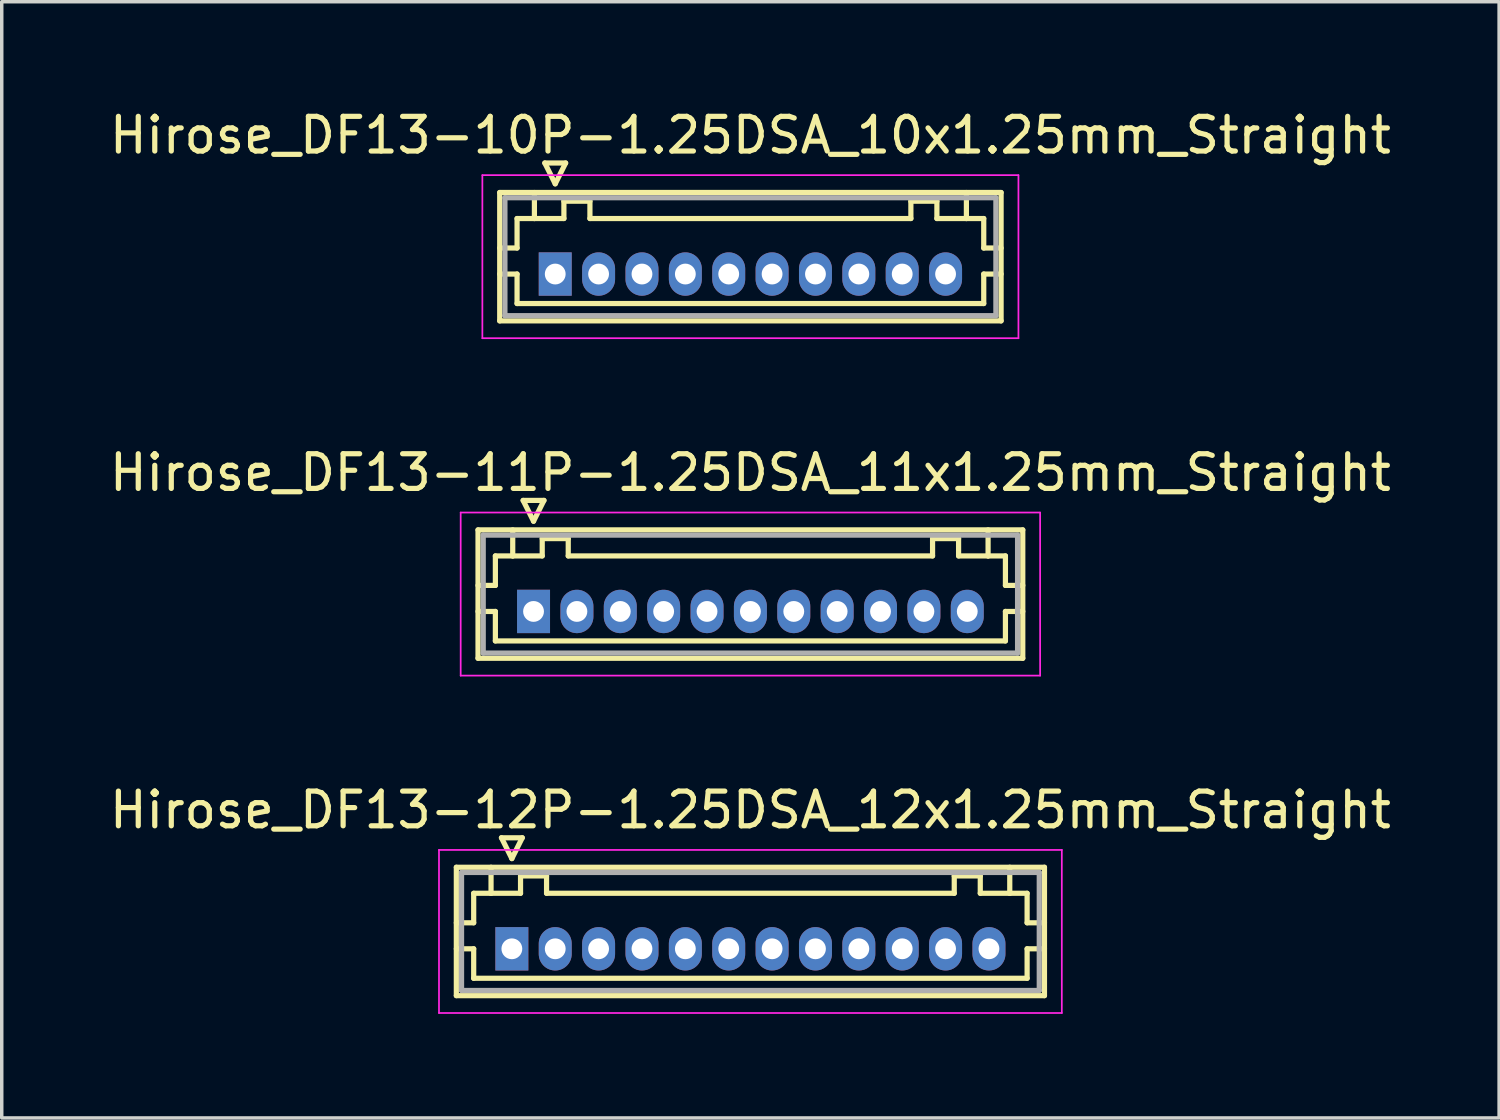
<source format=kicad_pcb>
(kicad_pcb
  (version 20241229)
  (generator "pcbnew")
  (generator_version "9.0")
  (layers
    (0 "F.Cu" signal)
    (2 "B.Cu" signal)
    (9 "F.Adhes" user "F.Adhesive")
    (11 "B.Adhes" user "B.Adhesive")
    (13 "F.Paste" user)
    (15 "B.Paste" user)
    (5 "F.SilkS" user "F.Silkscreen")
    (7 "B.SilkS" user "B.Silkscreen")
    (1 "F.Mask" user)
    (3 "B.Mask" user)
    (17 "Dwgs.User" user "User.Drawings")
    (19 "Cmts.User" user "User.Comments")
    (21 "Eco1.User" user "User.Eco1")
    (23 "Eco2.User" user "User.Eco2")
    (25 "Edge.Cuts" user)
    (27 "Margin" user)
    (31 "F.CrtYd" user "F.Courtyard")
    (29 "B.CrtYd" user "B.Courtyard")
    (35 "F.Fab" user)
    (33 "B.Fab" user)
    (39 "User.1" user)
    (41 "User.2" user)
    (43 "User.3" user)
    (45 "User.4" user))
  (footprint "Hirose_DF13-10P-1.25DSA_10x1.25mm_Straight"
    (layer "F.Cu")
    (at 12.952 4.848)
    (property "Reference" "Hirose_DF13-10P-1.25DSA_10x1.25mm_Straight" (at 5.625 -4 0) (layer "F.SilkS") (effects (font (size 1 1) (thickness 0.15))))
    (attr through_hole)
    (fp_line (start -1.6 -2.35) (end -1.6 1.35) (stroke (width 0.15) (type solid)) (layer "F.SilkS"))
    (fp_line (start -1.6 -0.75) (end -1.1 -0.75) (stroke (width 0.15) (type solid)) (layer "F.SilkS"))
    (fp_line (start -1.6 0) (end -1.1 0) (stroke (width 0.15) (type solid)) (layer "F.SilkS"))
    (fp_line (start -1.6 1.35) (end 12.85 1.35) (stroke (width 0.15) (type solid)) (layer "F.SilkS"))
    (fp_line (start -1.1 -1.6) (end -0.6 -1.6) (stroke (width 0.15) (type solid)) (layer "F.SilkS"))
    (fp_line (start -1.1 -0.75) (end -1.1 -1.6) (stroke (width 0.15) (type solid)) (layer "F.SilkS"))
    (fp_line (start -1.1 0) (end -1.1 0.85) (stroke (width 0.15) (type solid)) (layer "F.SilkS"))
    (fp_line (start -1.1 0.85) (end 12.35 0.85) (stroke (width 0.15) (type solid)) (layer "F.SilkS"))
    (fp_line (start -0.6 -1.6) (end -0.6 -2.35) (stroke (width 0.15) (type solid)) (layer "F.SilkS"))
    (fp_line (start -0.6 -1.6) (end 0.25 -1.6) (stroke (width 0.15) (type solid)) (layer "F.SilkS"))
    (fp_line (start -0.3 -3.2) (end 0.3 -3.2) (stroke (width 0.15) (type solid)) (layer "F.SilkS"))
    (fp_line (start 0 -2.6) (end -0.3 -3.2) (stroke (width 0.15) (type solid)) (layer "F.SilkS"))
    (fp_line (start 0.25 -2.1) (end 1 -2.1) (stroke (width 0.15) (type solid)) (layer "F.SilkS"))
    (fp_line (start 0.25 -1.6) (end 0.25 -2.1) (stroke (width 0.15) (type solid)) (layer "F.SilkS"))
    (fp_line (start 0.3 -3.2) (end 0 -2.6) (stroke (width 0.15) (type solid)) (layer "F.SilkS"))
    (fp_line (start 1 -2.1) (end 1 -1.6) (stroke (width 0.15) (type solid)) (layer "F.SilkS"))
    (fp_line (start 1 -1.6) (end 10.25 -1.6) (stroke (width 0.15) (type solid)) (layer "F.SilkS"))
    (fp_line (start 10.25 -2.1) (end 11 -2.1) (stroke (width 0.15) (type solid)) (layer "F.SilkS"))
    (fp_line (start 10.25 -1.6) (end 10.25 -2.1) (stroke (width 0.15) (type solid)) (layer "F.SilkS"))
    (fp_line (start 11 -2.1) (end 11 -1.6) (stroke (width 0.15) (type solid)) (layer "F.SilkS"))
    (fp_line (start 11 -1.6) (end 11.85 -1.6) (stroke (width 0.15) (type solid)) (layer "F.SilkS"))
    (fp_line (start 11.85 -1.6) (end 11.85 -2.35) (stroke (width 0.15) (type solid)) (layer "F.SilkS"))
    (fp_line (start 12.35 -1.6) (end 11.85 -1.6) (stroke (width 0.15) (type solid)) (layer "F.SilkS"))
    (fp_line (start 12.35 -0.75) (end 12.35 -1.6) (stroke (width 0.15) (type solid)) (layer "F.SilkS"))
    (fp_line (start 12.35 0) (end 12.85 0) (stroke (width 0.15) (type solid)) (layer "F.SilkS"))
    (fp_line (start 12.35 0.85) (end 12.35 0) (stroke (width 0.15) (type solid)) (layer "F.SilkS"))
    (fp_line (start 12.85 -2.35) (end -1.6 -2.35) (stroke (width 0.15) (type solid)) (layer "F.SilkS"))
    (fp_line (start 12.85 -0.75) (end 12.35 -0.75) (stroke (width 0.15) (type solid)) (layer "F.SilkS"))
    (fp_line (start 12.85 1.35) (end 12.85 -2.35) (stroke (width 0.15) (type solid)) (layer "F.SilkS"))
    (fp_line (start -2.1 -2.85) (end -2.1 1.85) (stroke (width 0.05) (type solid)) (layer "F.CrtYd"))
    (fp_line (start -2.1 1.85) (end 13.35 1.85) (stroke (width 0.05) (type solid)) (layer "F.CrtYd"))
    (fp_line (start 13.35 -2.85) (end -2.1 -2.85) (stroke (width 0.05) (type solid)) (layer "F.CrtYd"))
    (fp_line (start 13.35 1.85) (end 13.35 -2.85) (stroke (width 0.05) (type solid)) (layer "F.CrtYd"))
    (fp_line (start -1.45 -2.2) (end -1.45 1.2) (stroke (width 0.15) (type solid)) (layer "F.Fab"))
    (fp_line (start -1.45 1.2) (end 12.7 1.2) (stroke (width 0.15) (type solid)) (layer "F.Fab"))
    (fp_line (start 12.7 -2.2) (end -1.45 -2.2) (stroke (width 0.15) (type solid)) (layer "F.Fab"))
    (fp_line (start 12.7 1.2) (end 12.7 -2.2) (stroke (width 0.15) (type solid)) (layer "F.Fab"))
    (pad "1" thru_hole rect (at 0 0) (size 0.95 1.25) (drill 0.6) (layers "*.Cu" "*.Mask"))
    (pad "2" thru_hole oval (at 1.25 0) (size 0.95 1.25) (drill 0.6) (layers "*.Cu" "*.Mask"))
    (pad "3" thru_hole oval (at 2.5 0) (size 0.95 1.25) (drill 0.6) (layers "*.Cu" "*.Mask"))
    (pad "4" thru_hole oval (at 3.75 0) (size 0.95 1.25) (drill 0.6) (layers "*.Cu" "*.Mask"))
    (pad "5" thru_hole oval (at 5 0) (size 0.95 1.25) (drill 0.6) (layers "*.Cu" "*.Mask"))
    (pad "6" thru_hole oval (at 6.25 0) (size 0.95 1.25) (drill 0.6) (layers "*.Cu" "*.Mask"))
    (pad "7" thru_hole oval (at 7.5 0) (size 0.95 1.25) (drill 0.6) (layers "*.Cu" "*.Mask"))
    (pad "8" thru_hole oval (at 8.75 0) (size 0.95 1.25) (drill 0.6) (layers "*.Cu" "*.Mask"))
    (pad "9" thru_hole oval (at 10 0) (size 0.95 1.25) (drill 0.6) (layers "*.Cu" "*.Mask"))
    (pad "10" thru_hole oval (at 11.25 0) (size 0.95 1.25) (drill 0.6) (layers "*.Cu" "*.Mask")))
  (footprint "Hirose_DF13-11P-1.25DSA_11x1.25mm_Straight"
    (layer "F.Cu")
    (at 12.327 14.572)
    (property "Reference" "Hirose_DF13-11P-1.25DSA_11x1.25mm_Straight" (at 6.25 -4 0) (layer "F.SilkS") (effects (font (size 1 1) (thickness 0.15))))
    (attr through_hole)
    (fp_line (start -1.6 -2.35) (end -1.6 1.35) (stroke (width 0.15) (type solid)) (layer "F.SilkS"))
    (fp_line (start -1.6 -0.75) (end -1.1 -0.75) (stroke (width 0.15) (type solid)) (layer "F.SilkS"))
    (fp_line (start -1.6 0) (end -1.1 0) (stroke (width 0.15) (type solid)) (layer "F.SilkS"))
    (fp_line (start -1.6 1.35) (end 14.1 1.35) (stroke (width 0.15) (type solid)) (layer "F.SilkS"))
    (fp_line (start -1.1 -1.6) (end -0.6 -1.6) (stroke (width 0.15) (type solid)) (layer "F.SilkS"))
    (fp_line (start -1.1 -0.75) (end -1.1 -1.6) (stroke (width 0.15) (type solid)) (layer "F.SilkS"))
    (fp_line (start -1.1 0) (end -1.1 0.85) (stroke (width 0.15) (type solid)) (layer "F.SilkS"))
    (fp_line (start -1.1 0.85) (end 13.6 0.85) (stroke (width 0.15) (type solid)) (layer "F.SilkS"))
    (fp_line (start -0.6 -1.6) (end -0.6 -2.35) (stroke (width 0.15) (type solid)) (layer "F.SilkS"))
    (fp_line (start -0.6 -1.6) (end 0.25 -1.6) (stroke (width 0.15) (type solid)) (layer "F.SilkS"))
    (fp_line (start -0.3 -3.2) (end 0.3 -3.2) (stroke (width 0.15) (type solid)) (layer "F.SilkS"))
    (fp_line (start 0 -2.6) (end -0.3 -3.2) (stroke (width 0.15) (type solid)) (layer "F.SilkS"))
    (fp_line (start 0.25 -2.1) (end 1 -2.1) (stroke (width 0.15) (type solid)) (layer "F.SilkS"))
    (fp_line (start 0.25 -1.6) (end 0.25 -2.1) (stroke (width 0.15) (type solid)) (layer "F.SilkS"))
    (fp_line (start 0.3 -3.2) (end 0 -2.6) (stroke (width 0.15) (type solid)) (layer "F.SilkS"))
    (fp_line (start 1 -2.1) (end 1 -1.6) (stroke (width 0.15) (type solid)) (layer "F.SilkS"))
    (fp_line (start 1 -1.6) (end 11.5 -1.6) (stroke (width 0.15) (type solid)) (layer "F.SilkS"))
    (fp_line (start 11.5 -2.1) (end 12.25 -2.1) (stroke (width 0.15) (type solid)) (layer "F.SilkS"))
    (fp_line (start 11.5 -1.6) (end 11.5 -2.1) (stroke (width 0.15) (type solid)) (layer "F.SilkS"))
    (fp_line (start 12.25 -2.1) (end 12.25 -1.6) (stroke (width 0.15) (type solid)) (layer "F.SilkS"))
    (fp_line (start 12.25 -1.6) (end 13.1 -1.6) (stroke (width 0.15) (type solid)) (layer "F.SilkS"))
    (fp_line (start 13.1 -1.6) (end 13.1 -2.35) (stroke (width 0.15) (type solid)) (layer "F.SilkS"))
    (fp_line (start 13.6 -1.6) (end 13.1 -1.6) (stroke (width 0.15) (type solid)) (layer "F.SilkS"))
    (fp_line (start 13.6 -0.75) (end 13.6 -1.6) (stroke (width 0.15) (type solid)) (layer "F.SilkS"))
    (fp_line (start 13.6 0) (end 14.1 0) (stroke (width 0.15) (type solid)) (layer "F.SilkS"))
    (fp_line (start 13.6 0.85) (end 13.6 0) (stroke (width 0.15) (type solid)) (layer "F.SilkS"))
    (fp_line (start 14.1 -2.35) (end -1.6 -2.35) (stroke (width 0.15) (type solid)) (layer "F.SilkS"))
    (fp_line (start 14.1 -0.75) (end 13.6 -0.75) (stroke (width 0.15) (type solid)) (layer "F.SilkS"))
    (fp_line (start 14.1 1.35) (end 14.1 -2.35) (stroke (width 0.15) (type solid)) (layer "F.SilkS"))
    (fp_line (start -2.1 -2.85) (end -2.1 1.85) (stroke (width 0.05) (type solid)) (layer "F.CrtYd"))
    (fp_line (start -2.1 1.85) (end 14.6 1.85) (stroke (width 0.05) (type solid)) (layer "F.CrtYd"))
    (fp_line (start 14.6 -2.85) (end -2.1 -2.85) (stroke (width 0.05) (type solid)) (layer "F.CrtYd"))
    (fp_line (start 14.6 1.85) (end 14.6 -2.85) (stroke (width 0.05) (type solid)) (layer "F.CrtYd"))
    (fp_line (start -1.45 -2.2) (end -1.45 1.2) (stroke (width 0.15) (type solid)) (layer "F.Fab"))
    (fp_line (start -1.45 1.2) (end 13.95 1.2) (stroke (width 0.15) (type solid)) (layer "F.Fab"))
    (fp_line (start 13.95 -2.2) (end -1.45 -2.2) (stroke (width 0.15) (type solid)) (layer "F.Fab"))
    (fp_line (start 13.95 1.2) (end 13.95 -2.2) (stroke (width 0.15) (type solid)) (layer "F.Fab"))
    (pad "1" thru_hole rect (at 0 0) (size 0.95 1.25) (drill 0.6) (layers "*.Cu" "*.Mask"))
    (pad "2" thru_hole oval (at 1.25 0) (size 0.95 1.25) (drill 0.6) (layers "*.Cu" "*.Mask"))
    (pad "3" thru_hole oval (at 2.5 0) (size 0.95 1.25) (drill 0.6) (layers "*.Cu" "*.Mask"))
    (pad "4" thru_hole oval (at 3.75 0) (size 0.95 1.25) (drill 0.6) (layers "*.Cu" "*.Mask"))
    (pad "5" thru_hole oval (at 5 0) (size 0.95 1.25) (drill 0.6) (layers "*.Cu" "*.Mask"))
    (pad "6" thru_hole oval (at 6.25 0) (size 0.95 1.25) (drill 0.6) (layers "*.Cu" "*.Mask"))
    (pad "7" thru_hole oval (at 7.5 0) (size 0.95 1.25) (drill 0.6) (layers "*.Cu" "*.Mask"))
    (pad "8" thru_hole oval (at 8.75 0) (size 0.95 1.25) (drill 0.6) (layers "*.Cu" "*.Mask"))
    (pad "9" thru_hole oval (at 10 0) (size 0.95 1.25) (drill 0.6) (layers "*.Cu" "*.Mask"))
    (pad "10" thru_hole oval (at 11.25 0) (size 0.95 1.25) (drill 0.6) (layers "*.Cu" "*.Mask"))
    (pad "11" thru_hole oval (at 12.5 0) (size 0.95 1.25) (drill 0.6) (layers "*.Cu" "*.Mask")))
  (footprint "Hirose_DF13-12P-1.25DSA_12x1.25mm_Straight"
    (layer "F.Cu")
    (at 11.702 24.295)
    (property "Reference" "Hirose_DF13-12P-1.25DSA_12x1.25mm_Straight" (at 6.875 -4 0) (layer "F.SilkS") (effects (font (size 1 1) (thickness 0.15))))
    (attr through_hole)
    (fp_line (start -1.6 -2.35) (end -1.6 1.35) (stroke (width 0.15) (type solid)) (layer "F.SilkS"))
    (fp_line (start -1.6 -0.75) (end -1.1 -0.75) (stroke (width 0.15) (type solid)) (layer "F.SilkS"))
    (fp_line (start -1.6 0) (end -1.1 0) (stroke (width 0.15) (type solid)) (layer "F.SilkS"))
    (fp_line (start -1.6 1.35) (end 15.35 1.35) (stroke (width 0.15) (type solid)) (layer "F.SilkS"))
    (fp_line (start -1.1 -1.6) (end -0.6 -1.6) (stroke (width 0.15) (type solid)) (layer "F.SilkS"))
    (fp_line (start -1.1 -0.75) (end -1.1 -1.6) (stroke (width 0.15) (type solid)) (layer "F.SilkS"))
    (fp_line (start -1.1 0) (end -1.1 0.85) (stroke (width 0.15) (type solid)) (layer "F.SilkS"))
    (fp_line (start -1.1 0.85) (end 14.85 0.85) (stroke (width 0.15) (type solid)) (layer "F.SilkS"))
    (fp_line (start -0.6 -1.6) (end -0.6 -2.35) (stroke (width 0.15) (type solid)) (layer "F.SilkS"))
    (fp_line (start -0.6 -1.6) (end 0.25 -1.6) (stroke (width 0.15) (type solid)) (layer "F.SilkS"))
    (fp_line (start -0.3 -3.2) (end 0.3 -3.2) (stroke (width 0.15) (type solid)) (layer "F.SilkS"))
    (fp_line (start 0 -2.6) (end -0.3 -3.2) (stroke (width 0.15) (type solid)) (layer "F.SilkS"))
    (fp_line (start 0.25 -2.1) (end 1 -2.1) (stroke (width 0.15) (type solid)) (layer "F.SilkS"))
    (fp_line (start 0.25 -1.6) (end 0.25 -2.1) (stroke (width 0.15) (type solid)) (layer "F.SilkS"))
    (fp_line (start 0.3 -3.2) (end 0 -2.6) (stroke (width 0.15) (type solid)) (layer "F.SilkS"))
    (fp_line (start 1 -2.1) (end 1 -1.6) (stroke (width 0.15) (type solid)) (layer "F.SilkS"))
    (fp_line (start 1 -1.6) (end 12.75 -1.6) (stroke (width 0.15) (type solid)) (layer "F.SilkS"))
    (fp_line (start 12.75 -2.1) (end 13.5 -2.1) (stroke (width 0.15) (type solid)) (layer "F.SilkS"))
    (fp_line (start 12.75 -1.6) (end 12.75 -2.1) (stroke (width 0.15) (type solid)) (layer "F.SilkS"))
    (fp_line (start 13.5 -2.1) (end 13.5 -1.6) (stroke (width 0.15) (type solid)) (layer "F.SilkS"))
    (fp_line (start 13.5 -1.6) (end 14.35 -1.6) (stroke (width 0.15) (type solid)) (layer "F.SilkS"))
    (fp_line (start 14.35 -1.6) (end 14.35 -2.35) (stroke (width 0.15) (type solid)) (layer "F.SilkS"))
    (fp_line (start 14.85 -1.6) (end 14.35 -1.6) (stroke (width 0.15) (type solid)) (layer "F.SilkS"))
    (fp_line (start 14.85 -0.75) (end 14.85 -1.6) (stroke (width 0.15) (type solid)) (layer "F.SilkS"))
    (fp_line (start 14.85 0) (end 15.35 0) (stroke (width 0.15) (type solid)) (layer "F.SilkS"))
    (fp_line (start 14.85 0.85) (end 14.85 0) (stroke (width 0.15) (type solid)) (layer "F.SilkS"))
    (fp_line (start 15.35 -2.35) (end -1.6 -2.35) (stroke (width 0.15) (type solid)) (layer "F.SilkS"))
    (fp_line (start 15.35 -0.75) (end 14.85 -0.75) (stroke (width 0.15) (type solid)) (layer "F.SilkS"))
    (fp_line (start 15.35 1.35) (end 15.35 -2.35) (stroke (width 0.15) (type solid)) (layer "F.SilkS"))
    (fp_line (start -2.1 -2.85) (end -2.1 1.85) (stroke (width 0.05) (type solid)) (layer "F.CrtYd"))
    (fp_line (start -2.1 1.85) (end 15.85 1.85) (stroke (width 0.05) (type solid)) (layer "F.CrtYd"))
    (fp_line (start 15.85 -2.85) (end -2.1 -2.85) (stroke (width 0.05) (type solid)) (layer "F.CrtYd"))
    (fp_line (start 15.85 1.85) (end 15.85 -2.85) (stroke (width 0.05) (type solid)) (layer "F.CrtYd"))
    (fp_line (start -1.45 -2.2) (end -1.45 1.2) (stroke (width 0.15) (type solid)) (layer "F.Fab"))
    (fp_line (start -1.45 1.2) (end 15.2 1.2) (stroke (width 0.15) (type solid)) (layer "F.Fab"))
    (fp_line (start 15.2 -2.2) (end -1.45 -2.2) (stroke (width 0.15) (type solid)) (layer "F.Fab"))
    (fp_line (start 15.2 1.2) (end 15.2 -2.2) (stroke (width 0.15) (type solid)) (layer "F.Fab"))
    (pad "1" thru_hole rect (at 0 0) (size 0.95 1.25) (drill 0.6) (layers "*.Cu" "*.Mask"))
    (pad "2" thru_hole oval (at 1.25 0) (size 0.95 1.25) (drill 0.6) (layers "*.Cu" "*.Mask"))
    (pad "3" thru_hole oval (at 2.5 0) (size 0.95 1.25) (drill 0.6) (layers "*.Cu" "*.Mask"))
    (pad "4" thru_hole oval (at 3.75 0) (size 0.95 1.25) (drill 0.6) (layers "*.Cu" "*.Mask"))
    (pad "5" thru_hole oval (at 5 0) (size 0.95 1.25) (drill 0.6) (layers "*.Cu" "*.Mask"))
    (pad "6" thru_hole oval (at 6.25 0) (size 0.95 1.25) (drill 0.6) (layers "*.Cu" "*.Mask"))
    (pad "7" thru_hole oval (at 7.5 0) (size 0.95 1.25) (drill 0.6) (layers "*.Cu" "*.Mask"))
    (pad "8" thru_hole oval (at 8.75 0) (size 0.95 1.25) (drill 0.6) (layers "*.Cu" "*.Mask"))
    (pad "9" thru_hole oval (at 10 0) (size 0.95 1.25) (drill 0.6) (layers "*.Cu" "*.Mask"))
    (pad "10" thru_hole oval (at 11.25 0) (size 0.95 1.25) (drill 0.6) (layers "*.Cu" "*.Mask"))
    (pad "11" thru_hole oval (at 12.5 0) (size 0.95 1.25) (drill 0.6) (layers "*.Cu" "*.Mask"))
    (pad "12" thru_hole oval (at 13.75 0) (size 0.95 1.25) (drill 0.6) (layers "*.Cu" "*.Mask")))
  (gr_rect
    (start -3 -3)
    (end 40.155 29.17)
    (stroke (width 0.1) (type default))
    (fill no)
    (layer "Edge.Cuts")))
</source>
